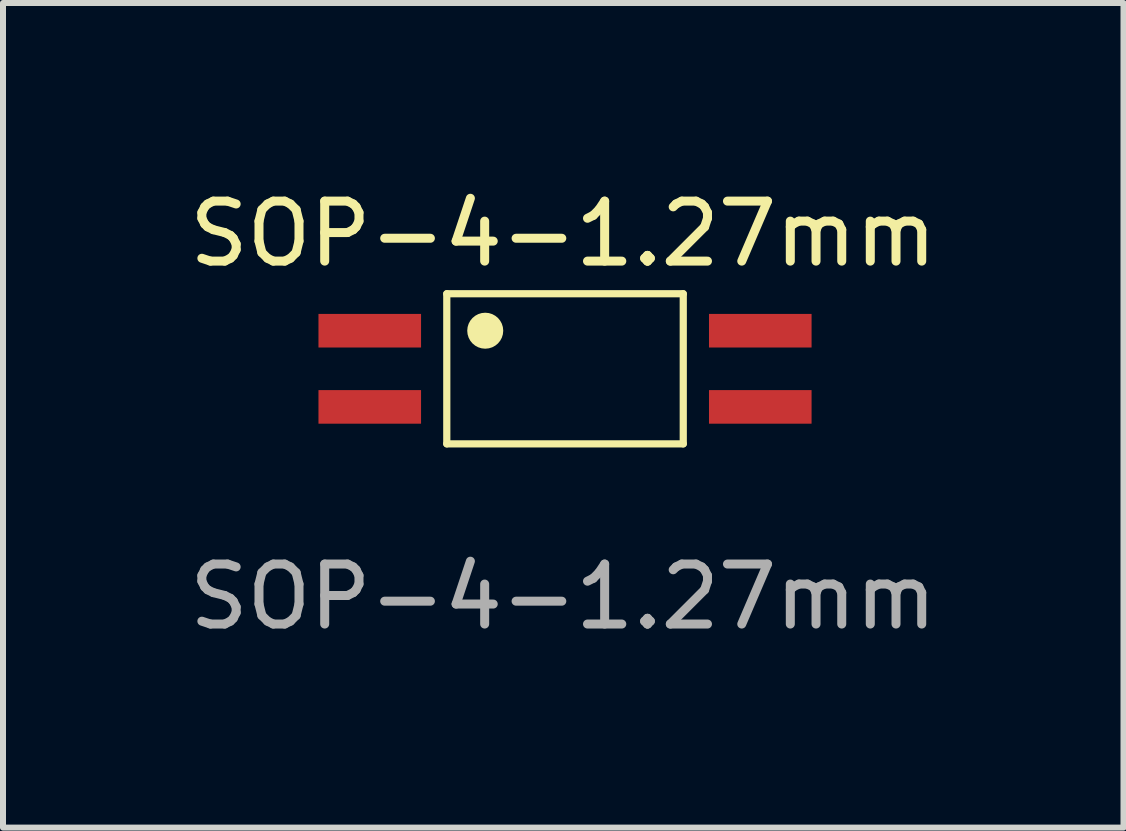
<source format=kicad_pcb>
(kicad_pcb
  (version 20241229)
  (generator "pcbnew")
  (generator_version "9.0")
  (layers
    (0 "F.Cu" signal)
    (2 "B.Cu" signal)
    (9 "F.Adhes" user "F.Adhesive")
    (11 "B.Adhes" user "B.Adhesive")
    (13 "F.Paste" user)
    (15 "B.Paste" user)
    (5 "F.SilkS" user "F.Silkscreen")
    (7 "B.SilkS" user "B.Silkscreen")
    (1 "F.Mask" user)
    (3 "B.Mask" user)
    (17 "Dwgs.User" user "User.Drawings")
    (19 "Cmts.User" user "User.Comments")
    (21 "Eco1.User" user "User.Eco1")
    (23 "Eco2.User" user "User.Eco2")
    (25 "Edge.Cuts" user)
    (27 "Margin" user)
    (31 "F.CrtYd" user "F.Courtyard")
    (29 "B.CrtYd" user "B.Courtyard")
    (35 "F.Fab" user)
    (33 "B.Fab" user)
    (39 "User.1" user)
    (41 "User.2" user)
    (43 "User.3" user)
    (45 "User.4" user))
  (footprint "SOP-4-1.27mm"
    (layer "F.Cu")
    (at 6.339 3.098)
    (property "Reference" "SOP-4-1.27mm" (at 0 -2.25 0) (unlocked yes) (layer "F.SilkS") (effects (font (size 1 1) (thickness 0.15))))
    (attr smd)
    (fp_line (start -1.941 -1.251) (end 2.001 -1.251) (stroke (width 0.12) (type solid)) (layer "F.SilkS"))
    (fp_line (start -1.941 1.251) (end -1.941 -1.251) (stroke (width 0.12) (type solid)) (layer "F.SilkS"))
    (fp_line (start 2.001 -1.251) (end 2.001 1.251) (stroke (width 0.12) (type solid)) (layer "F.SilkS"))
    (fp_line (start 2.001 1.251) (end -1.941 1.251) (stroke (width 0.12) (type solid)) (layer "F.SilkS"))
    (fp_circle (center -1.3 -0.635) (end -1.15 -0.635) (stroke (width 0.3) (type solid)) (fill no) (layer "F.SilkS"))
    (fp_text user "${REFERENCE}" (at 0 3.8 0) (unlocked yes) (layer "F.Fab") (effects (font (size 1 1) (thickness 0.15))))
    (pad "1" smd rect (at -3.225 -0.635 270) (size 0.56 1.71) (layers "F.Cu" "F.Mask" "F.Paste"))
    (pad "2" smd rect (at -3.225 0.635 270) (size 0.56 1.71) (layers "F.Cu" "F.Mask" "F.Paste"))
    (pad "3" smd rect (at 3.285 0.635 270) (size 0.56 1.71) (layers "F.Cu" "F.Mask" "F.Paste"))
    (pad "4" smd rect (at 3.285 -0.635 270) (size 0.56 1.71) (layers "F.Cu" "F.Mask" "F.Paste")))
  (gr_rect
    (start -3 -3)
    (end 15.679 10.746)
    (stroke (width 0.1) (type default))
    (fill no)
    (layer "Edge.Cuts")))
</source>
